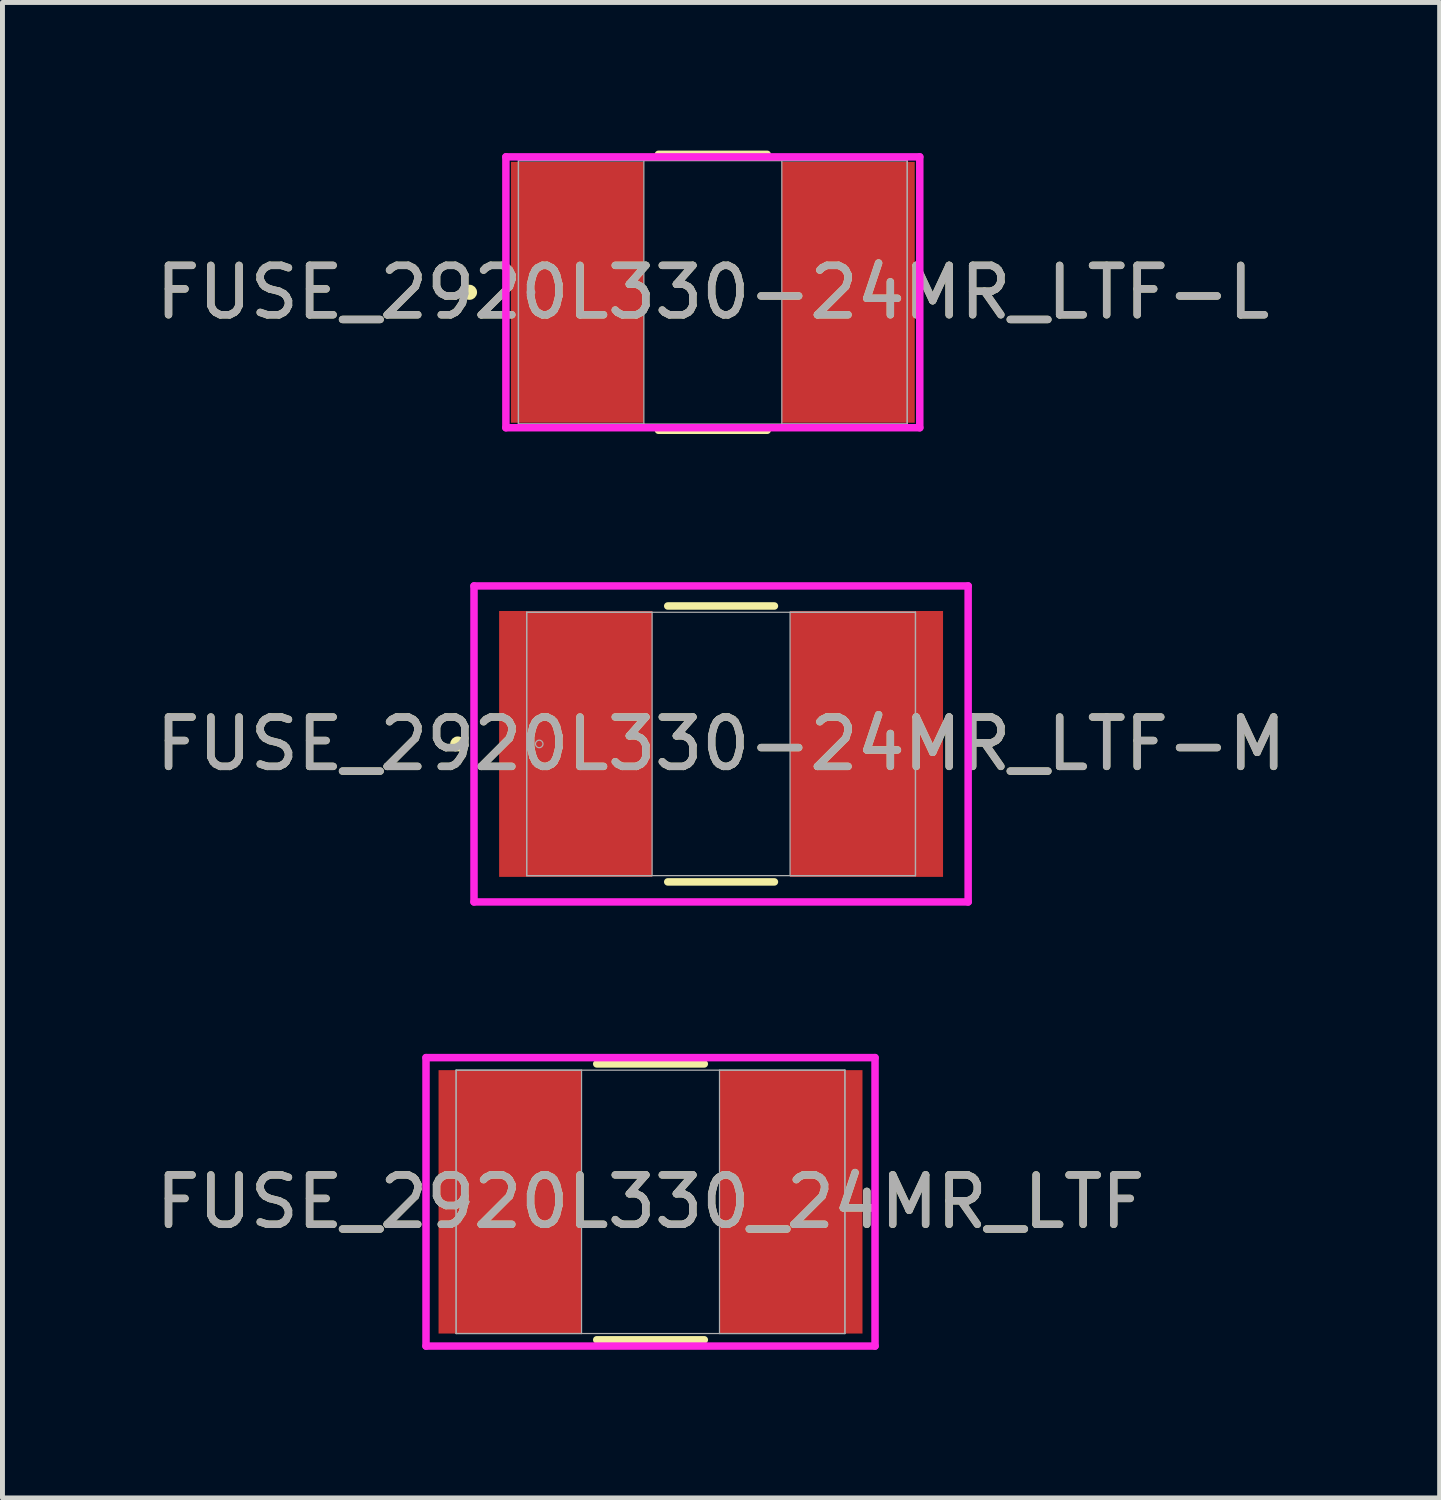
<source format=kicad_pcb>
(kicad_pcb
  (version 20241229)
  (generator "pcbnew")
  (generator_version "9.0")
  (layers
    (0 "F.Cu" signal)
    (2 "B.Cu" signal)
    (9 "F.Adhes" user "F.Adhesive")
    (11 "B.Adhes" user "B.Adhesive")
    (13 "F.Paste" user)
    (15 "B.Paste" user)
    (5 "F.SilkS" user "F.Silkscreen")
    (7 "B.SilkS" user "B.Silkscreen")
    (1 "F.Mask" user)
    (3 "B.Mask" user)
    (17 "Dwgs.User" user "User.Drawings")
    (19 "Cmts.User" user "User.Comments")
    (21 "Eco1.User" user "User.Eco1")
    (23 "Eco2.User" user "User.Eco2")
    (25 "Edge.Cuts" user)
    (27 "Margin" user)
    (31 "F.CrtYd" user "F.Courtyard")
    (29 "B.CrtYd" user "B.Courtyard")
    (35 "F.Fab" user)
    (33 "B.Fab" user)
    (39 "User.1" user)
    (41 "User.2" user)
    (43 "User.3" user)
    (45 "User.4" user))
  (footprint "FUSE_2920L330-24MR_LTF-L"
    (layer "F.Cu")
    (at 11.387 2.87)
    (property "Reference" "FUSE_2920L330-24MR_LTF-L" (at 0 0 0) (unlocked yes) (layer "F.SilkS") (effects (font (size 1 1) (thickness 0.15))))
    (attr smd)
    (fp_line (start -1.101 2.794) (end 1.101 2.794) (stroke (width 0.152) (type solid)) (layer "F.SilkS"))
    (fp_line (start 1.101 -2.794) (end -1.101 -2.794) (stroke (width 0.152) (type solid)) (layer "F.SilkS"))
    (fp_circle (center -4.928 0) (end -4.851 0) (stroke (width 0.152) (type solid)) (fill no) (layer "F.SilkS"))
    (fp_line (start -4.191 -2.743) (end 4.191 -2.743) (stroke (width 0.152) (type solid)) (layer "F.CrtYd"))
    (fp_line (start -4.191 2.743) (end -4.191 -2.743) (stroke (width 0.152) (type solid)) (layer "F.CrtYd"))
    (fp_line (start 4.191 -2.743) (end 4.191 2.743) (stroke (width 0.152) (type solid)) (layer "F.CrtYd"))
    (fp_line (start 4.191 2.743) (end -4.191 2.743) (stroke (width 0.152) (type solid)) (layer "F.CrtYd"))
    (fp_line (start -3.937 -2.667) (end -3.937 2.667) (stroke (width 0.025) (type solid)) (layer "F.Fab"))
    (fp_line (start -3.937 -2.667) (end -3.937 2.667) (stroke (width 0.025) (type solid)) (layer "F.Fab"))
    (fp_line (start -3.937 2.667) (end -1.397 2.667) (stroke (width 0.025) (type solid)) (layer "F.Fab"))
    (fp_line (start -3.937 2.667) (end 3.937 2.667) (stroke (width 0.025) (type solid)) (layer "F.Fab"))
    (fp_line (start -1.397 -2.667) (end -3.937 -2.667) (stroke (width 0.025) (type solid)) (layer "F.Fab"))
    (fp_line (start -1.397 2.667) (end -1.397 -2.667) (stroke (width 0.025) (type solid)) (layer "F.Fab"))
    (fp_line (start 1.397 -2.667) (end 1.397 2.667) (stroke (width 0.025) (type solid)) (layer "F.Fab"))
    (fp_line (start 1.397 2.667) (end 3.937 2.667) (stroke (width 0.025) (type solid)) (layer "F.Fab"))
    (fp_line (start 3.937 -2.667) (end -3.937 -2.667) (stroke (width 0.025) (type solid)) (layer "F.Fab"))
    (fp_line (start 3.937 -2.667) (end 1.397 -2.667) (stroke (width 0.025) (type solid)) (layer "F.Fab"))
    (fp_line (start 3.937 2.667) (end 3.937 -2.667) (stroke (width 0.025) (type solid)) (layer "F.Fab"))
    (fp_line (start 3.937 2.667) (end 3.937 -2.667) (stroke (width 0.025) (type solid)) (layer "F.Fab"))
    (fp_circle (center -3.683 0) (end -3.607 0) (stroke (width 0.025) (type solid)) (fill no) (layer "F.Fab"))
    (fp_text user "${REFERENCE}" (at 0 0 0) (unlocked yes) (layer "F.Fab") (effects (font (size 1 1) (thickness 0.15))))
    (pad "1" smd rect (at -2.743 0) (size 2.692 5.283) (layers "F.Cu" "F.Mask" "F.Paste"))
    (pad "2" smd rect (at 2.743 0) (size 2.692 5.283) (layers "F.Cu" "F.Mask" "F.Paste"))
    (zone (net_name "") (layer "F.Cu") (hatch full 0.508) (connect_pads) (min_thickness 0.254) (filled_areas_thickness no) (keepout (tracks not_allowed) (vias not_allowed) (pads allowed) (copperpour not_allowed) (footprints allowed)) (placement (enabled no)) (fill) (polygon (pts (xy 10.041 0.254) (xy 12.733 0.254) (xy 12.733 5.486) (xy 10.041 5.486)))))
  (footprint "FUSE_2920L330-24MR_LTF-M"
    (layer "F.Cu")
    (at 11.554 12.017)
    (property "Reference" "FUSE_2920L330-24MR_LTF-M" (at 0 0 0) (unlocked yes) (layer "F.SilkS") (effects (font (size 1 1) (thickness 0.15))))
    (attr smd)
    (fp_line (start -1.08 2.794) (end 1.08 2.794) (stroke (width 0.152) (type solid)) (layer "F.SilkS"))
    (fp_line (start 1.08 -2.794) (end -1.08 -2.794) (stroke (width 0.152) (type solid)) (layer "F.SilkS"))
    (fp_circle (center -5.334 0) (end -5.258 0) (stroke (width 0.152) (type solid)) (fill no) (layer "F.SilkS"))
    (fp_line (start -5.004 -3.2) (end 5.004 -3.2) (stroke (width 0.152) (type solid)) (layer "F.CrtYd"))
    (fp_line (start -5.004 3.2) (end -5.004 -3.2) (stroke (width 0.152) (type solid)) (layer "F.CrtYd"))
    (fp_line (start 5.004 -3.2) (end 5.004 3.2) (stroke (width 0.152) (type solid)) (layer "F.CrtYd"))
    (fp_line (start 5.004 3.2) (end -5.004 3.2) (stroke (width 0.152) (type solid)) (layer "F.CrtYd"))
    (fp_line (start -3.937 -2.667) (end -3.937 2.667) (stroke (width 0.025) (type solid)) (layer "F.Fab"))
    (fp_line (start -3.937 -2.667) (end -3.937 2.667) (stroke (width 0.025) (type solid)) (layer "F.Fab"))
    (fp_line (start -3.937 2.667) (end -1.397 2.667) (stroke (width 0.025) (type solid)) (layer "F.Fab"))
    (fp_line (start -3.937 2.667) (end 3.937 2.667) (stroke (width 0.025) (type solid)) (layer "F.Fab"))
    (fp_line (start -1.397 -2.667) (end -3.937 -2.667) (stroke (width 0.025) (type solid)) (layer "F.Fab"))
    (fp_line (start -1.397 2.667) (end -1.397 -2.667) (stroke (width 0.025) (type solid)) (layer "F.Fab"))
    (fp_line (start 1.397 -2.667) (end 1.397 2.667) (stroke (width 0.025) (type solid)) (layer "F.Fab"))
    (fp_line (start 1.397 2.667) (end 3.937 2.667) (stroke (width 0.025) (type solid)) (layer "F.Fab"))
    (fp_line (start 3.937 -2.667) (end -3.937 -2.667) (stroke (width 0.025) (type solid)) (layer "F.Fab"))
    (fp_line (start 3.937 -2.667) (end 1.397 -2.667) (stroke (width 0.025) (type solid)) (layer "F.Fab"))
    (fp_line (start 3.937 2.667) (end 3.937 -2.667) (stroke (width 0.025) (type solid)) (layer "F.Fab"))
    (fp_line (start 3.937 2.667) (end 3.937 -2.667) (stroke (width 0.025) (type solid)) (layer "F.Fab"))
    (fp_circle (center -3.683 0) (end -3.607 0) (stroke (width 0.025) (type solid)) (fill no) (layer "F.Fab"))
    (fp_text user "${REFERENCE}" (at 0 0 0) (unlocked yes) (layer "F.Fab") (effects (font (size 1 1) (thickness 0.15))))
    (pad "1" smd rect (at -2.946 0) (size 3.099 5.385) (layers "F.Cu" "F.Mask" "F.Paste"))
    (pad "2" smd rect (at 2.946 0) (size 3.099 5.385) (layers "F.Cu" "F.Mask" "F.Paste"))
    (zone (net_name "") (layer "F.Cu") (hatch full 0.508) (connect_pads) (min_thickness 0.254) (filled_areas_thickness no) (keepout (tracks not_allowed) (vias not_allowed) (pads allowed) (copperpour not_allowed) (footprints allowed)) (placement (enabled no)) (fill) (polygon (pts (xy 10.207 9.401) (xy 12.9 9.401) (xy 12.9 14.633) (xy 10.207 14.633)))))
  (footprint "FUSE_2920L330_24MR_LTF"
    (layer "F.Cu")
    (at 10.125 21.291)
    (property "Reference" "FUSE_2920L330_24MR_LTF" (at 0 0 0) (unlocked yes) (layer "F.SilkS") (effects (font (size 1 1) (thickness 0.15))))
    (attr smd)
    (fp_line (start -1.089 2.794) (end 1.089 2.794) (stroke (width 0.152) (type solid)) (layer "F.SilkS"))
    (fp_line (start 1.089 -2.794) (end -1.089 -2.794) (stroke (width 0.152) (type solid)) (layer "F.SilkS"))
    (fp_line (start -4.547 -2.921) (end 4.547 -2.921) (stroke (width 0.152) (type solid)) (layer "F.CrtYd"))
    (fp_line (start -4.547 2.921) (end -4.547 -2.921) (stroke (width 0.152) (type solid)) (layer "F.CrtYd"))
    (fp_line (start 4.547 -2.921) (end 4.547 2.921) (stroke (width 0.152) (type solid)) (layer "F.CrtYd"))
    (fp_line (start 4.547 2.921) (end -4.547 2.921) (stroke (width 0.152) (type solid)) (layer "F.CrtYd"))
    (fp_line (start -3.937 -2.667) (end -3.937 2.667) (stroke (width 0.025) (type solid)) (layer "F.Fab"))
    (fp_line (start -3.937 -2.667) (end -3.937 2.667) (stroke (width 0.025) (type solid)) (layer "F.Fab"))
    (fp_line (start -3.937 2.667) (end -1.397 2.667) (stroke (width 0.025) (type solid)) (layer "F.Fab"))
    (fp_line (start -3.937 2.667) (end 3.937 2.667) (stroke (width 0.025) (type solid)) (layer "F.Fab"))
    (fp_line (start -1.397 -2.667) (end -3.937 -2.667) (stroke (width 0.025) (type solid)) (layer "F.Fab"))
    (fp_line (start -1.397 2.667) (end -1.397 -2.667) (stroke (width 0.025) (type solid)) (layer "F.Fab"))
    (fp_line (start 1.397 -2.667) (end 1.397 2.667) (stroke (width 0.025) (type solid)) (layer "F.Fab"))
    (fp_line (start 1.397 2.667) (end 3.937 2.667) (stroke (width 0.025) (type solid)) (layer "F.Fab"))
    (fp_line (start 3.937 -2.667) (end -3.937 -2.667) (stroke (width 0.025) (type solid)) (layer "F.Fab"))
    (fp_line (start 3.937 -2.667) (end 1.397 -2.667) (stroke (width 0.025) (type solid)) (layer "F.Fab"))
    (fp_line (start 3.937 2.667) (end 3.937 -2.667) (stroke (width 0.025) (type solid)) (layer "F.Fab"))
    (fp_line (start 3.937 2.667) (end 3.937 -2.667) (stroke (width 0.025) (type solid)) (layer "F.Fab"))
    (fp_circle (center -3.683 0) (end -3.683 0) (stroke (width 0.025) (type solid)) (fill no) (layer "F.Fab"))
    (fp_text user "${REFERENCE}" (at 0 0 0) (unlocked yes) (layer "F.Fab") (effects (font (size 1 1) (thickness 0.15))))
    (pad "1" smd rect (at -2.845 0) (size 2.896 5.334) (layers "F.Cu" "F.Mask" "F.Paste"))
    (pad "2" smd rect (at 2.845 0) (size 2.896 5.334) (layers "F.Cu" "F.Mask" "F.Paste"))
    (zone (net_name "") (layer "F.Cu") (hatch full 0.508) (connect_pads) (min_thickness 0.254) (filled_areas_thickness no) (keepout (tracks not_allowed) (vias not_allowed) (pads allowed) (copperpour not_allowed) (footprints allowed)) (placement (enabled no)) (fill) (polygon (pts (xy 8.779 18.675) (xy 11.471 18.675) (xy 11.471 23.907) (xy 8.779 23.907)))))
  (gr_rect
    (start -3 -3)
    (end 26.107 27.288)
    (stroke (width 0.1) (type default))
    (fill no)
    (layer "Edge.Cuts")))
</source>
